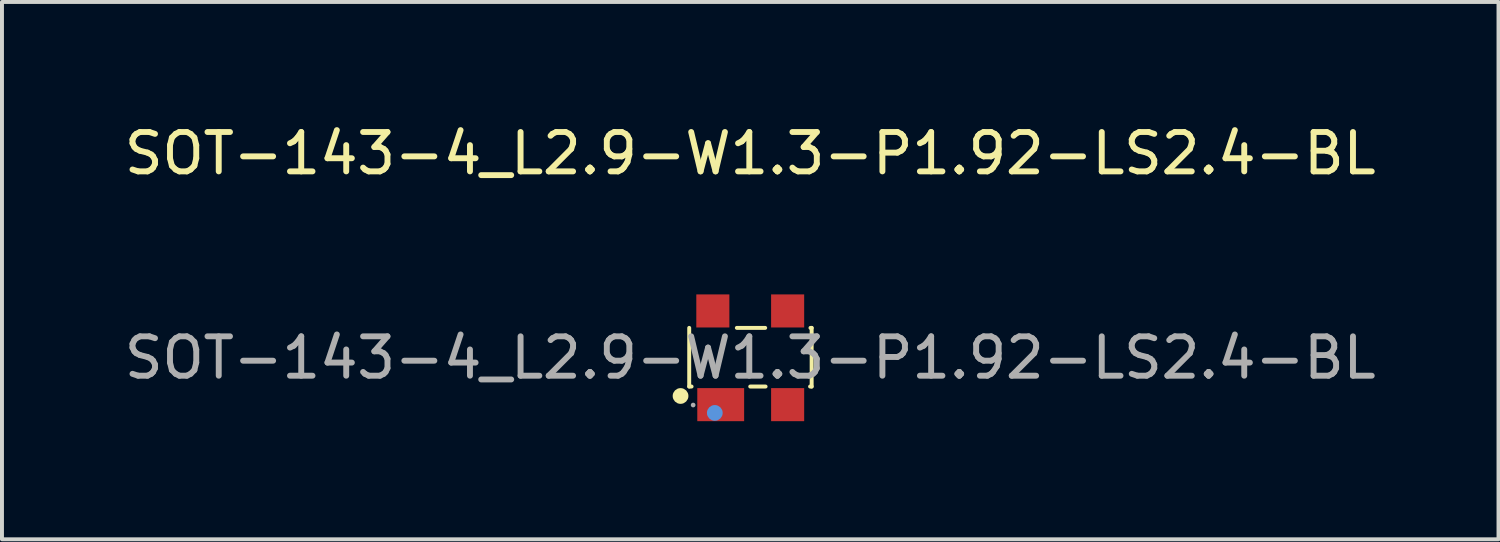
<source format=kicad_pcb>
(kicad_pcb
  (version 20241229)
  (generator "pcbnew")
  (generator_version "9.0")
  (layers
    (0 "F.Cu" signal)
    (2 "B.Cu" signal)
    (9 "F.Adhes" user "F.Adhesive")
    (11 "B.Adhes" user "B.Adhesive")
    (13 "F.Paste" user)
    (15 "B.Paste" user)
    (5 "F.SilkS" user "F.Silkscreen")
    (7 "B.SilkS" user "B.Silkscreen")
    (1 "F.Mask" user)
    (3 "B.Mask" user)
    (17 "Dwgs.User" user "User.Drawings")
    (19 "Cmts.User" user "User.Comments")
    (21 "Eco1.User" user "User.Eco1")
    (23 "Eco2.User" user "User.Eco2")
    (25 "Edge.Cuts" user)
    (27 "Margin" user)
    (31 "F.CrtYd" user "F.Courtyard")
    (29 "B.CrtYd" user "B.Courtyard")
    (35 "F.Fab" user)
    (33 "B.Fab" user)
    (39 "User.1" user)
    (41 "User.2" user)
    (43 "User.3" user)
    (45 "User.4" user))
  (footprint "SOT-143-4_L2.9-W1.3-P1.92-LS2.4-BL"
    (layer "F.Cu")
    (at 16.006 6.038)
    (property "Reference" "SOT-143-4_L2.9-W1.3-P1.92-LS2.4-BL" (at 0 -5.19 0) (layer "F.SilkS") (effects (font (size 1 1) (thickness 0.15))))
    (attr smd)
    (fp_line (start -1.55 0.73) (end -1.55 -0.76) (stroke (width 0.1) (type solid)) (layer "F.SilkS"))
    (fp_line (start -1.49 0.73) (end -1.55 0.73) (stroke (width 0.1) (type solid)) (layer "F.SilkS"))
    (fp_line (start -0.34 -0.76) (end 0.38 -0.76) (stroke (width 0.1) (type solid)) (layer "F.SilkS"))
    (fp_line (start 0.39 0.73) (end 0 0.73) (stroke (width 0.1) (type solid)) (layer "F.SilkS"))
    (fp_line (start 1.53 -0.76) (end 1.56 -0.76) (stroke (width 0.1) (type solid)) (layer "F.SilkS"))
    (fp_line (start 1.56 -0.76) (end 1.56 0.73) (stroke (width 0.1) (type solid)) (layer "F.SilkS"))
    (fp_line (start 1.56 0.73) (end 1.52 0.73) (stroke (width 0.1) (type solid)) (layer "F.SilkS"))
    (fp_circle (center -1.77 0.97) (end -1.67 0.97) (stroke (width 0.2) (type solid)) (fill no) (layer "F.SilkS"))
    (fp_circle (center -0.9 1.4) (end -0.8 1.4) (stroke (width 0.2) (type solid)) (fill no) (layer "Cmts.User"))
    (fp_circle (center -1.45 1.2) (end -1.42 1.2) (stroke (width 0.06) (type solid)) (fill no) (layer "F.Fab"))
    (fp_text user "${REFERENCE}" (at 0 0 0) (layer "F.Fab") (effects (font (size 1 1) (thickness 0.15))))
    (pad "1" smd rect (at -0.75 1.19) (size 1.19 0.84) (layers "F.Cu" "F.Mask" "F.Paste"))
    (pad "2" smd rect (at 0.95 1.19) (size 0.84 0.84) (layers "F.Cu" "F.Mask" "F.Paste"))
    (pad "3" smd rect (at 0.95 -1.19) (size 0.84 0.84) (layers "F.Cu" "F.Mask" "F.Paste"))
    (pad "4" smd rect (at -0.95 -1.19) (size 0.84 0.84) (layers "F.Cu" "F.Mask" "F.Paste")))
  (gr_rect
    (start -3 -3)
    (end 35.012 10.648)
    (stroke (width 0.1) (type default))
    (fill no)
    (layer "Edge.Cuts")))
</source>
